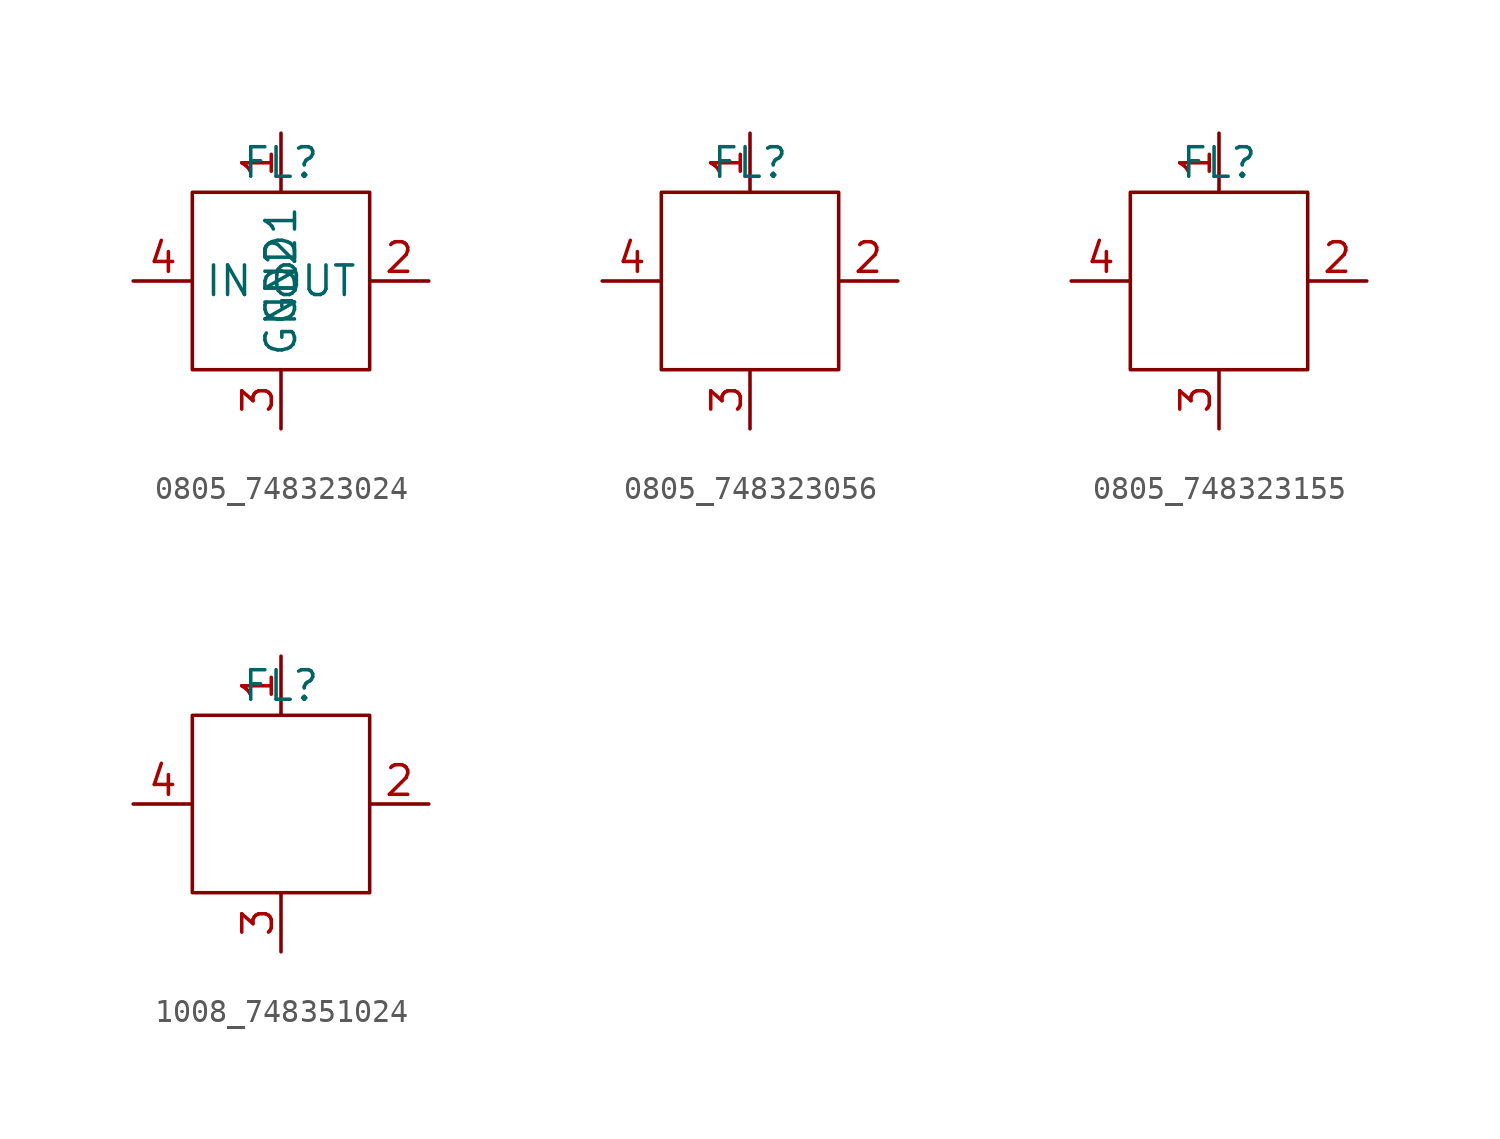
<source format=kicad_sym>
(kicad_symbol_lib
  (version 20220914)
  (generator kicad_symbol_editor)
  (symbol "0805_748323024"
    (property "Reference" "FL"
      (at 0 5.08 0)
      (effects (font (size 1.27 1.27))))
    (property "Critical Parameter" ""
      (at 0 -5.08 0)
      (effects (font (size 1.27 1.27)) (justify left)))
    (symbol "0805_748323024_0_1"
      (rectangle (start -3.81 3.81) (end 3.81 -3.81) (stroke (width 0) (type default)) (fill (type none))))
    (symbol "0805_748323024_1_1"
      (pin passive line (at 0 6.35 270) (length 2.54) (name "GND1" (effects (font (size 1.27 1.27)))) (number "1" (effects (font (size 1.27 1.27)))))
      (pin passive line (at 6.35 0 180) (length 2.54) (name "OUT" (effects (font (size 1.27 1.27)))) (number "2" (effects (font (size 1.27 1.27)))))
      (pin passive line (at 0 -6.35 90) (length 2.54) (name "GND2" (effects (font (size 1.27 1.27)))) (number "3" (effects (font (size 1.27 1.27)))))
      (pin passive line (at -6.35 0 0) (length 2.54) (name "IN" (effects (font (size 1.27 1.27)))) (number "4" (effects (font (size 1.27 1.27)))))))
  (symbol "0805_748323056"
    (pin_names hide)
    (property "Reference" "FL"
      (at 0 5.08 0)
      (effects (font (size 1.27 1.27))))
    (property "Critical Parameter" ""
      (at 0 -5.08 0)
      (effects (font (size 1.27 1.27)) (justify left)))
    (symbol "0805_748323056_0_1"
      (rectangle (start -3.81 3.81) (end 3.81 -3.81) (stroke (width 0) (type default)) (fill (type none))))
    (symbol "0805_748323056_1_1"
      (pin passive line (at 0 6.35 270) (length 2.54) (name "GND1" (effects (font (size 1.27 1.27)))) (number "1" (effects (font (size 1.27 1.27)))))
      (pin passive line (at 6.35 0 180) (length 2.54) (name "OUT" (effects (font (size 1.27 1.27)))) (number "2" (effects (font (size 1.27 1.27)))))
      (pin passive line (at 0 -6.35 90) (length 2.54) (name "GND2" (effects (font (size 1.27 1.27)))) (number "3" (effects (font (size 1.27 1.27)))))
      (pin passive line (at -6.35 0 0) (length 2.54) (name "IN" (effects (font (size 1.27 1.27)))) (number "4" (effects (font (size 1.27 1.27)))))))
  (symbol "0805_748323155"
    (pin_names hide)
    (property "Reference" "FL"
      (at 0 5.08 0)
      (effects (font (size 1.27 1.27))))
    (property "Critical Parameter" ""
      (at 0 -5.08 0)
      (effects (font (size 1.27 1.27)) (justify left)))
    (symbol "0805_748323155_0_1"
      (rectangle (start -3.81 3.81) (end 3.81 -3.81) (stroke (width 0) (type default)) (fill (type none))))
    (symbol "0805_748323155_1_1"
      (pin passive line (at 0 6.35 270) (length 2.54) (name "GND1" (effects (font (size 1.27 1.27)))) (number "1" (effects (font (size 1.27 1.27)))))
      (pin passive line (at 6.35 0 180) (length 2.54) (name "OUT" (effects (font (size 1.27 1.27)))) (number "2" (effects (font (size 1.27 1.27)))))
      (pin passive line (at 0 -6.35 90) (length 2.54) (name "GND2" (effects (font (size 1.27 1.27)))) (number "3" (effects (font (size 1.27 1.27)))))
      (pin passive line (at -6.35 0 0) (length 2.54) (name "IN" (effects (font (size 1.27 1.27)))) (number "4" (effects (font (size 1.27 1.27)))))))
  (symbol "1008_748351024"
    (pin_names hide)
    (property "Reference" "FL"
      (at 0 5.08 0)
      (effects (font (size 1.27 1.27))))
    (property "Critical Parameter" ""
      (at 0 -5.08 0)
      (effects (font (size 1.27 1.27)) (justify left)))
    (symbol "1008_748351024_0_1"
      (rectangle (start -3.81 3.81) (end 3.81 -3.81) (stroke (width 0) (type default)) (fill (type none))))
    (symbol "1008_748351024_1_1"
      (pin passive line (at 0 6.35 270) (length 2.54) (name "GND1" (effects (font (size 1.27 1.27)))) (number "1" (effects (font (size 1.27 1.27)))))
      (pin passive line (at 6.35 0 180) (length 2.54) (name "OUT" (effects (font (size 1.27 1.27)))) (number "2" (effects (font (size 1.27 1.27)))))
      (pin passive line (at 0 -6.35 90) (length 2.54) (name "GND2" (effects (font (size 1.27 1.27)))) (number "3" (effects (font (size 1.27 1.27)))))
      (pin passive line (at -6.35 0 0) (length 2.54) (name "IN" (effects (font (size 1.27 1.27)))) (number "4" (effects (font (size 1.27 1.27))))))))
</source>
